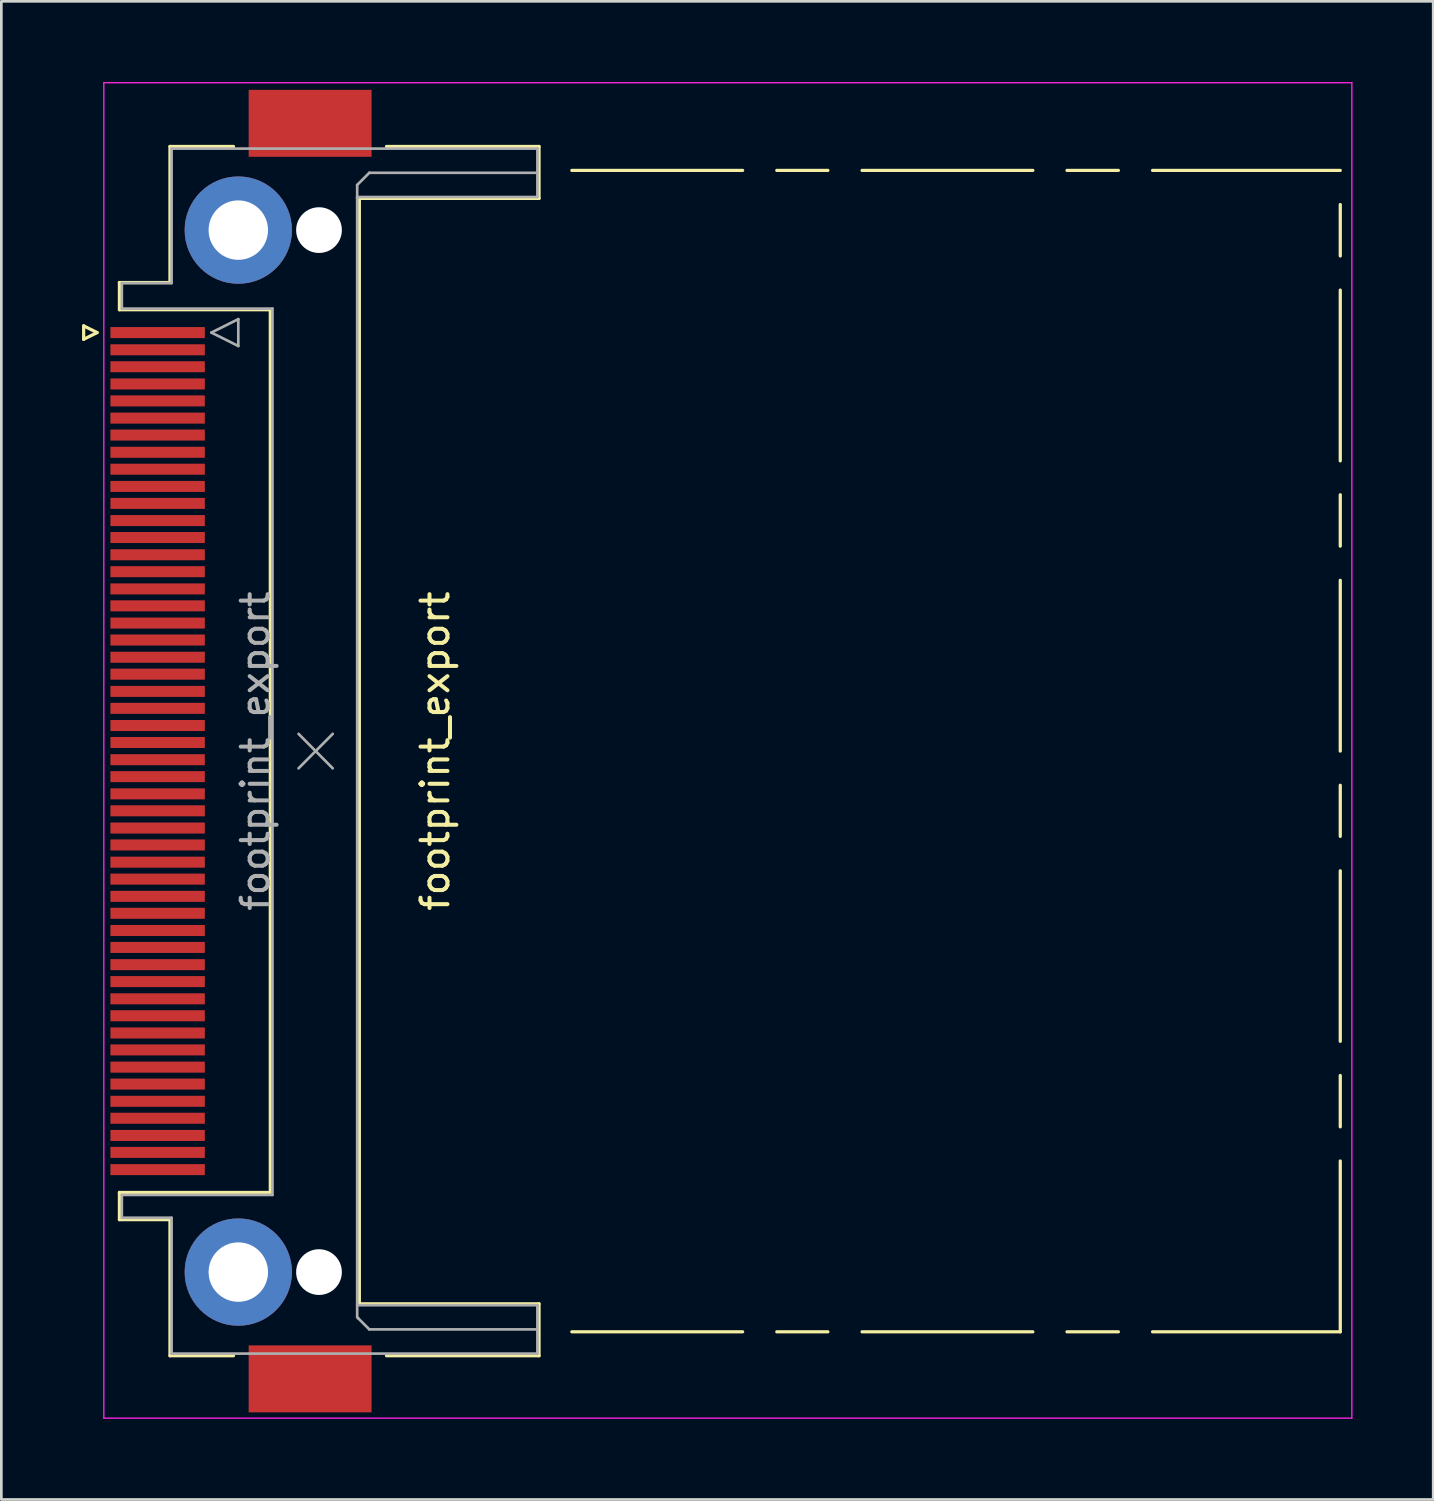
<source format=kicad_pcb>
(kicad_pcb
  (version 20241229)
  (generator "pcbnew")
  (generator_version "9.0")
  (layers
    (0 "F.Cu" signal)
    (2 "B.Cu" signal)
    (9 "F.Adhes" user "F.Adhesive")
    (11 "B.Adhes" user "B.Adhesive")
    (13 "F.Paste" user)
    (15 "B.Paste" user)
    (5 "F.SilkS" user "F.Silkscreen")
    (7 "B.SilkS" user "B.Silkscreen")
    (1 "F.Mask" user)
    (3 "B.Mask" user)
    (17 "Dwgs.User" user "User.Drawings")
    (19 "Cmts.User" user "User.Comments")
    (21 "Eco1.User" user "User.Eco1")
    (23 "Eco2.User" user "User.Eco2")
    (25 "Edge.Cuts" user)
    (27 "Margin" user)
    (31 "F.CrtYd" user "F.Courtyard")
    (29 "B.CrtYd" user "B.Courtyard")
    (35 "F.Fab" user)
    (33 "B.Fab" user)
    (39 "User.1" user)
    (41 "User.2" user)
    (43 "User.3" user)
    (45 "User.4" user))
  (footprint "footprint_export"
    (layer "F.Cu")
    (at 5.91 24.875)
    (property "Reference" "footprint_export" (at 7.22 0 90) (layer "F.SilkS") (effects (font (size 1 1) (thickness 0.15))))
    (attr smd)
    (fp_line (start -5.85 -15.81) (end -5.85 -15.31) (stroke (width 0.12) (type solid)) (layer "F.SilkS"))
    (fp_line (start -5.85 -15.31) (end -5.35 -15.56) (stroke (width 0.12) (type solid)) (layer "F.SilkS"))
    (fp_line (start -5.35 -15.56) (end -5.85 -15.81) (stroke (width 0.12) (type solid)) (layer "F.SilkS"))
    (fp_line (start -4.52 -17.42) (end -2.64 -17.42) (stroke (width 0.12) (type solid)) (layer "F.SilkS"))
    (fp_line (start -4.52 -16.41) (end -4.52 -17.42) (stroke (width 0.12) (type solid)) (layer "F.SilkS"))
    (fp_line (start -4.52 16.41) (end 1.09 16.41) (stroke (width 0.12) (type solid)) (layer "F.SilkS"))
    (fp_line (start -4.52 17.42) (end -4.52 16.41) (stroke (width 0.12) (type solid)) (layer "F.SilkS"))
    (fp_line (start -2.64 -22.48) (end -0.28 -22.48) (stroke (width 0.12) (type solid)) (layer "F.SilkS"))
    (fp_line (start -2.64 -17.42) (end -2.64 -22.48) (stroke (width 0.12) (type solid)) (layer "F.SilkS"))
    (fp_line (start -2.64 17.42) (end -4.52 17.42) (stroke (width 0.12) (type solid)) (layer "F.SilkS"))
    (fp_line (start -2.64 22.48) (end -2.64 17.42) (stroke (width 0.12) (type solid)) (layer "F.SilkS"))
    (fp_line (start -0.28 22.48) (end -2.64 22.48) (stroke (width 0.12) (type solid)) (layer "F.SilkS"))
    (fp_line (start 1.09 -16.41) (end -4.52 -16.41) (stroke (width 0.12) (type solid)) (layer "F.SilkS"))
    (fp_line (start 1.09 16.41) (end 1.09 -16.41) (stroke (width 0.12) (type solid)) (layer "F.SilkS"))
    (fp_line (start 4.4 -20.55) (end 11.08 -20.55) (stroke (width 0.12) (type solid)) (layer "F.SilkS"))
    (fp_line (start 4.4 20.55) (end 4.4 -20.55) (stroke (width 0.12) (type solid)) (layer "F.SilkS"))
    (fp_line (start 5.41 22.48) (end 11.08 22.48) (stroke (width 0.12) (type solid)) (layer "F.SilkS"))
    (fp_line (start 11.08 -22.48) (end 5.41 -22.48) (stroke (width 0.12) (type solid)) (layer "F.SilkS"))
    (fp_line (start 11.08 -20.55) (end 11.08 -22.48) (stroke (width 0.12) (type solid)) (layer "F.SilkS"))
    (fp_line (start 11.08 20.55) (end 4.4 20.55) (stroke (width 0.12) (type solid)) (layer "F.SilkS"))
    (fp_line (start 11.08 22.48) (end 11.08 20.55) (stroke (width 0.12) (type solid)) (layer "F.SilkS"))
    (fp_line (start 12.3 -21.59) (end 18.65 -21.59) (stroke (width 0.12) (type solid)) (layer "F.SilkS"))
    (fp_line (start 12.3 21.59) (end 18.65 21.59) (stroke (width 0.12) (type solid)) (layer "F.SilkS"))
    (fp_line (start 19.92 -21.59) (end 21.82 -21.59) (stroke (width 0.12) (type solid)) (layer "F.SilkS"))
    (fp_line (start 19.92 21.59) (end 21.82 21.59) (stroke (width 0.12) (type solid)) (layer "F.SilkS"))
    (fp_line (start 23.09 -21.59) (end 29.44 -21.59) (stroke (width 0.12) (type solid)) (layer "F.SilkS"))
    (fp_line (start 23.09 21.59) (end 29.44 21.59) (stroke (width 0.12) (type solid)) (layer "F.SilkS"))
    (fp_line (start 30.71 -21.59) (end 32.62 -21.59) (stroke (width 0.12) (type solid)) (layer "F.SilkS"))
    (fp_line (start 30.71 21.59) (end 32.62 21.59) (stroke (width 0.12) (type solid)) (layer "F.SilkS"))
    (fp_line (start 33.89 -21.59) (end 40.87 -21.59) (stroke (width 0.12) (type solid)) (layer "F.SilkS"))
    (fp_line (start 33.89 21.59) (end 40.87 21.59) (stroke (width 0.12) (type solid)) (layer "F.SilkS"))
    (fp_line (start 40.87 -18.41) (end 40.87 -20.32) (stroke (width 0.12) (type solid)) (layer "F.SilkS"))
    (fp_line (start 40.87 -10.79) (end 40.87 -17.14) (stroke (width 0.12) (type solid)) (layer "F.SilkS"))
    (fp_line (start 40.87 -7.62) (end 40.87 -9.53) (stroke (width 0.12) (type solid)) (layer "F.SilkS"))
    (fp_line (start 40.87 0) (end 40.87 -6.35) (stroke (width 0.12) (type solid)) (layer "F.SilkS"))
    (fp_line (start 40.87 3.17) (end 40.87 1.27) (stroke (width 0.12) (type solid)) (layer "F.SilkS"))
    (fp_line (start 40.87 10.79) (end 40.87 4.45) (stroke (width 0.12) (type solid)) (layer "F.SilkS"))
    (fp_line (start 40.87 13.97) (end 40.87 12.06) (stroke (width 0.12) (type solid)) (layer "F.SilkS"))
    (fp_line (start 40.87 21.59) (end 40.87 15.24) (stroke (width 0.12) (type solid)) (layer "F.SilkS"))
    (fp_line (start -5.1 -24.85) (end 41.3 -24.85) (stroke (width 0.05) (type solid)) (layer "F.CrtYd"))
    (fp_line (start -5.1 24.8) (end -5.1 -24.85) (stroke (width 0.05) (type solid)) (layer "F.CrtYd"))
    (fp_line (start -5.1 24.8) (end 41.3 24.8) (stroke (width 0.05) (type solid)) (layer "F.CrtYd"))
    (fp_line (start 41.3 24.8) (end 41.3 -24.85) (stroke (width 0.05) (type solid)) (layer "F.CrtYd"))
    (fp_line (start -4.43 -17.4) (end -4.43 -16.45) (stroke (width 0.1) (type solid)) (layer "F.Fab"))
    (fp_line (start -4.43 -16.45) (end 1.17 -16.45) (stroke (width 0.1) (type solid)) (layer "F.Fab"))
    (fp_line (start -4.43 16.5) (end -4.43 17.35) (stroke (width 0.1) (type solid)) (layer "F.Fab"))
    (fp_line (start -4.43 17.35) (end -2.58 17.35) (stroke (width 0.1) (type solid)) (layer "F.Fab"))
    (fp_line (start -2.58 -22.4) (end -2.58 -17.4) (stroke (width 0.1) (type solid)) (layer "F.Fab"))
    (fp_line (start -2.58 -17.4) (end -4.43 -17.4) (stroke (width 0.1) (type solid)) (layer "F.Fab"))
    (fp_line (start -2.58 17.35) (end -2.58 22.4) (stroke (width 0.1) (type solid)) (layer "F.Fab"))
    (fp_line (start -2.58 22.4) (end 11.02 22.4) (stroke (width 0.1) (type solid)) (layer "F.Fab"))
    (fp_line (start -1.1 -15.56) (end -0.1 -15.06) (stroke (width 0.1) (type solid)) (layer "F.Fab"))
    (fp_line (start -0.1 -16.06) (end -1.1 -15.56) (stroke (width 0.1) (type solid)) (layer "F.Fab"))
    (fp_line (start -0.1 -15.06) (end -0.1 -16.06) (stroke (width 0.1) (type solid)) (layer "F.Fab"))
    (fp_line (start 1.17 -16.45) (end 1.17 16.5) (stroke (width 0.1) (type solid)) (layer "F.Fab"))
    (fp_line (start 1.17 16.5) (end -4.43 16.5) (stroke (width 0.1) (type solid)) (layer "F.Fab"))
    (fp_line (start 2.14 -0.64) (end 3.41 0.64) (stroke (width 0.1) (type solid)) (layer "F.Fab"))
    (fp_line (start 2.14 0.64) (end 3.41 -0.64) (stroke (width 0.1) (type solid)) (layer "F.Fab"))
    (fp_line (start 4.32 -21.05) (end 4.32 -20.55) (stroke (width 0.1) (type solid)) (layer "F.Fab"))
    (fp_line (start 4.32 -20.6) (end 11.02 -20.6) (stroke (width 0.1) (type solid)) (layer "F.Fab"))
    (fp_line (start 4.32 20.6) (end 4.32 -20.6) (stroke (width 0.1) (type solid)) (layer "F.Fab"))
    (fp_line (start 4.32 21.05) (end 4.32 20.6) (stroke (width 0.1) (type solid)) (layer "F.Fab"))
    (fp_line (start 4.37 21.1) (end 4.32 21.05) (stroke (width 0.1) (type solid)) (layer "F.Fab"))
    (fp_line (start 4.77 -21.5) (end 4.32 -21.05) (stroke (width 0.1) (type solid)) (layer "F.Fab"))
    (fp_line (start 4.77 21.5) (end 4.37 21.1) (stroke (width 0.1) (type solid)) (layer "F.Fab"))
    (fp_line (start 11.02 -22.4) (end -2.58 -22.4) (stroke (width 0.1) (type solid)) (layer "F.Fab"))
    (fp_line (start 11.02 -21.5) (end 4.77 -21.5) (stroke (width 0.1) (type solid)) (layer "F.Fab"))
    (fp_line (start 11.02 -20.6) (end 11.02 -22.4) (stroke (width 0.1) (type solid)) (layer "F.Fab"))
    (fp_line (start 11.02 20.6) (end 4.32 20.6) (stroke (width 0.1) (type solid)) (layer "F.Fab"))
    (fp_line (start 11.02 21.5) (end 4.77 21.5) (stroke (width 0.1) (type solid)) (layer "F.Fab"))
    (fp_line (start 11.02 22.4) (end 11.02 20.6) (stroke (width 0.1) (type solid)) (layer "F.Fab"))
    (fp_text user "${REFERENCE}" (at 0.535 0 90) (layer "F.Fab") (effects (font (size 1 1) (thickness 0.15))))
    (pad "" thru_hole circle (at -0.1 -19.37 90) (size 3.99 3.99) (drill 2.21) (layers "*.Cu" "*.Mask"))
    (pad "" thru_hole circle (at -0.1 19.37 90) (size 3.99 3.99) (drill 2.21) (layers "*.Cu" "*.Mask"))
    (pad "" smd rect (at 2.57 -23.34 90) (size 2.49 4.57) (layers "F.Cu" "F.Mask" "F.Paste"))
    (pad "" smd rect (at 2.57 23.34 90) (size 2.49 4.57) (layers "F.Cu" "F.Mask" "F.Paste"))
    (pad "" np_thru_hole circle (at 2.9 -19.37 90) (size 1.7 1.7) (drill 1.7) (layers "*.Cu" "*.Mask"))
    (pad "" np_thru_hole circle (at 2.9 19.37 90) (size 1.7 1.7) (drill 1.7) (layers "*.Cu" "*.Mask"))
    (pad "1" smd rect (at -3.1 -15.56 90) (size 0.41 3.51) (layers "F.Cu" "F.Mask" "F.Paste"))
    (pad "2" smd rect (at -3.1 -14.29 90) (size 0.41 3.51) (layers "F.Cu" "F.Mask" "F.Paste"))
    (pad "3" smd rect (at -3.1 -13.02 90) (size 0.41 3.51) (layers "F.Cu" "F.Mask" "F.Paste"))
    (pad "4" smd rect (at -3.1 -11.75 90) (size 0.41 3.51) (layers "F.Cu" "F.Mask" "F.Paste"))
    (pad "5" smd rect (at -3.1 -10.48 90) (size 0.41 3.51) (layers "F.Cu" "F.Mask" "F.Paste"))
    (pad "6" smd rect (at -3.1 -9.21 90) (size 0.41 3.51) (layers "F.Cu" "F.Mask" "F.Paste"))
    (pad "7" smd rect (at -3.1 -7.94 90) (size 0.41 3.51) (layers "F.Cu" "F.Mask" "F.Paste"))
    (pad "8" smd rect (at -3.1 -6.67 90) (size 0.41 3.51) (layers "F.Cu" "F.Mask" "F.Paste"))
    (pad "9" smd rect (at -3.1 -5.4 90) (size 0.41 3.51) (layers "F.Cu" "F.Mask" "F.Paste"))
    (pad "10" smd rect (at -3.1 -4.13 90) (size 0.41 3.51) (layers "F.Cu" "F.Mask" "F.Paste"))
    (pad "11" smd rect (at -3.1 -2.86 90) (size 0.41 3.51) (layers "F.Cu" "F.Mask" "F.Paste"))
    (pad "12" smd rect (at -3.1 -1.59 90) (size 0.41 3.51) (layers "F.Cu" "F.Mask" "F.Paste"))
    (pad "13" smd rect (at -3.1 -0.32 90) (size 0.41 3.51) (layers "F.Cu" "F.Mask" "F.Paste"))
    (pad "14" smd rect (at -3.1 0.95 90) (size 0.41 3.51) (layers "F.Cu" "F.Mask" "F.Paste"))
    (pad "15" smd rect (at -3.1 2.22 90) (size 0.41 3.51) (layers "F.Cu" "F.Mask" "F.Paste"))
    (pad "16" smd rect (at -3.1 3.49 90) (size 0.41 3.51) (layers "F.Cu" "F.Mask" "F.Paste"))
    (pad "17" smd rect (at -3.1 4.76 90) (size 0.41 3.51) (layers "F.Cu" "F.Mask" "F.Paste"))
    (pad "18" smd rect (at -3.1 6.03 90) (size 0.41 3.51) (layers "F.Cu" "F.Mask" "F.Paste"))
    (pad "19" smd rect (at -3.1 7.3 90) (size 0.41 3.51) (layers "F.Cu" "F.Mask" "F.Paste"))
    (pad "20" smd rect (at -3.1 8.57 90) (size 0.41 3.51) (layers "F.Cu" "F.Mask" "F.Paste"))
    (pad "21" smd rect (at -3.1 9.84 90) (size 0.41 3.51) (layers "F.Cu" "F.Mask" "F.Paste"))
    (pad "22" smd rect (at -3.1 11.11 90) (size 0.41 3.51) (layers "F.Cu" "F.Mask" "F.Paste"))
    (pad "23" smd rect (at -3.1 12.38 90) (size 0.41 3.51) (layers "F.Cu" "F.Mask" "F.Paste"))
    (pad "24" smd rect (at -3.1 13.65 90) (size 0.41 3.51) (layers "F.Cu" "F.Mask" "F.Paste"))
    (pad "25" smd rect (at -3.1 14.92 90) (size 0.41 3.51) (layers "F.Cu" "F.Mask" "F.Paste"))
    (pad "26" smd rect (at -3.1 -14.92 90) (size 0.41 3.51) (layers "F.Cu" "F.Mask" "F.Paste"))
    (pad "27" smd rect (at -3.1 -13.65 90) (size 0.41 3.51) (layers "F.Cu" "F.Mask" "F.Paste"))
    (pad "28" smd rect (at -3.1 -12.38 90) (size 0.41 3.51) (layers "F.Cu" "F.Mask" "F.Paste"))
    (pad "29" smd rect (at -3.1 -11.11 90) (size 0.41 3.51) (layers "F.Cu" "F.Mask" "F.Paste"))
    (pad "30" smd rect (at -3.1 -9.84 90) (size 0.41 3.51) (layers "F.Cu" "F.Mask" "F.Paste"))
    (pad "31" smd rect (at -3.1 -8.57 90) (size 0.41 3.51) (layers "F.Cu" "F.Mask" "F.Paste"))
    (pad "32" smd rect (at -3.1 -7.3 90) (size 0.41 3.51) (layers "F.Cu" "F.Mask" "F.Paste"))
    (pad "33" smd rect (at -3.1 -6.03 90) (size 0.41 3.51) (layers "F.Cu" "F.Mask" "F.Paste"))
    (pad "34" smd rect (at -3.1 -4.76 90) (size 0.41 3.51) (layers "F.Cu" "F.Mask" "F.Paste"))
    (pad "35" smd rect (at -3.1 -3.49 90) (size 0.41 3.51) (layers "F.Cu" "F.Mask" "F.Paste"))
    (pad "36" smd rect (at -3.1 -2.22 90) (size 0.41 3.51) (layers "F.Cu" "F.Mask" "F.Paste"))
    (pad "37" smd rect (at -3.1 -0.95 90) (size 0.41 3.51) (layers "F.Cu" "F.Mask" "F.Paste"))
    (pad "38" smd rect (at -3.1 0.32 90) (size 0.41 3.51) (layers "F.Cu" "F.Mask" "F.Paste"))
    (pad "39" smd rect (at -3.1 1.59 90) (size 0.41 3.51) (layers "F.Cu" "F.Mask" "F.Paste"))
    (pad "40" smd rect (at -3.1 2.86 90) (size 0.41 3.51) (layers "F.Cu" "F.Mask" "F.Paste"))
    (pad "41" smd rect (at -3.1 4.13 90) (size 0.41 3.51) (layers "F.Cu" "F.Mask" "F.Paste"))
    (pad "42" smd rect (at -3.1 5.4 90) (size 0.41 3.51) (layers "F.Cu" "F.Mask" "F.Paste"))
    (pad "43" smd rect (at -3.1 6.67 90) (size 0.41 3.51) (layers "F.Cu" "F.Mask" "F.Paste"))
    (pad "44" smd rect (at -3.1 7.94 90) (size 0.41 3.51) (layers "F.Cu" "F.Mask" "F.Paste"))
    (pad "45" smd rect (at -3.1 9.21 90) (size 0.41 3.51) (layers "F.Cu" "F.Mask" "F.Paste"))
    (pad "46" smd rect (at -3.1 10.48 90) (size 0.41 3.51) (layers "F.Cu" "F.Mask" "F.Paste"))
    (pad "47" smd rect (at -3.1 11.75 90) (size 0.41 3.51) (layers "F.Cu" "F.Mask" "F.Paste"))
    (pad "48" smd rect (at -3.1 13.02 90) (size 0.41 3.51) (layers "F.Cu" "F.Mask" "F.Paste"))
    (pad "49" smd rect (at -3.1 14.29 90) (size 0.41 3.51) (layers "F.Cu" "F.Mask" "F.Paste"))
    (pad "50" smd rect (at -3.1 15.56 90) (size 0.41 3.51) (layers "F.Cu" "F.Mask" "F.Paste")))
  (gr_rect
    (start -3 -3)
    (end 50.235 52.7)
    (stroke (width 0.1) (type default))
    (fill no)
    (layer "Edge.Cuts")))
</source>
